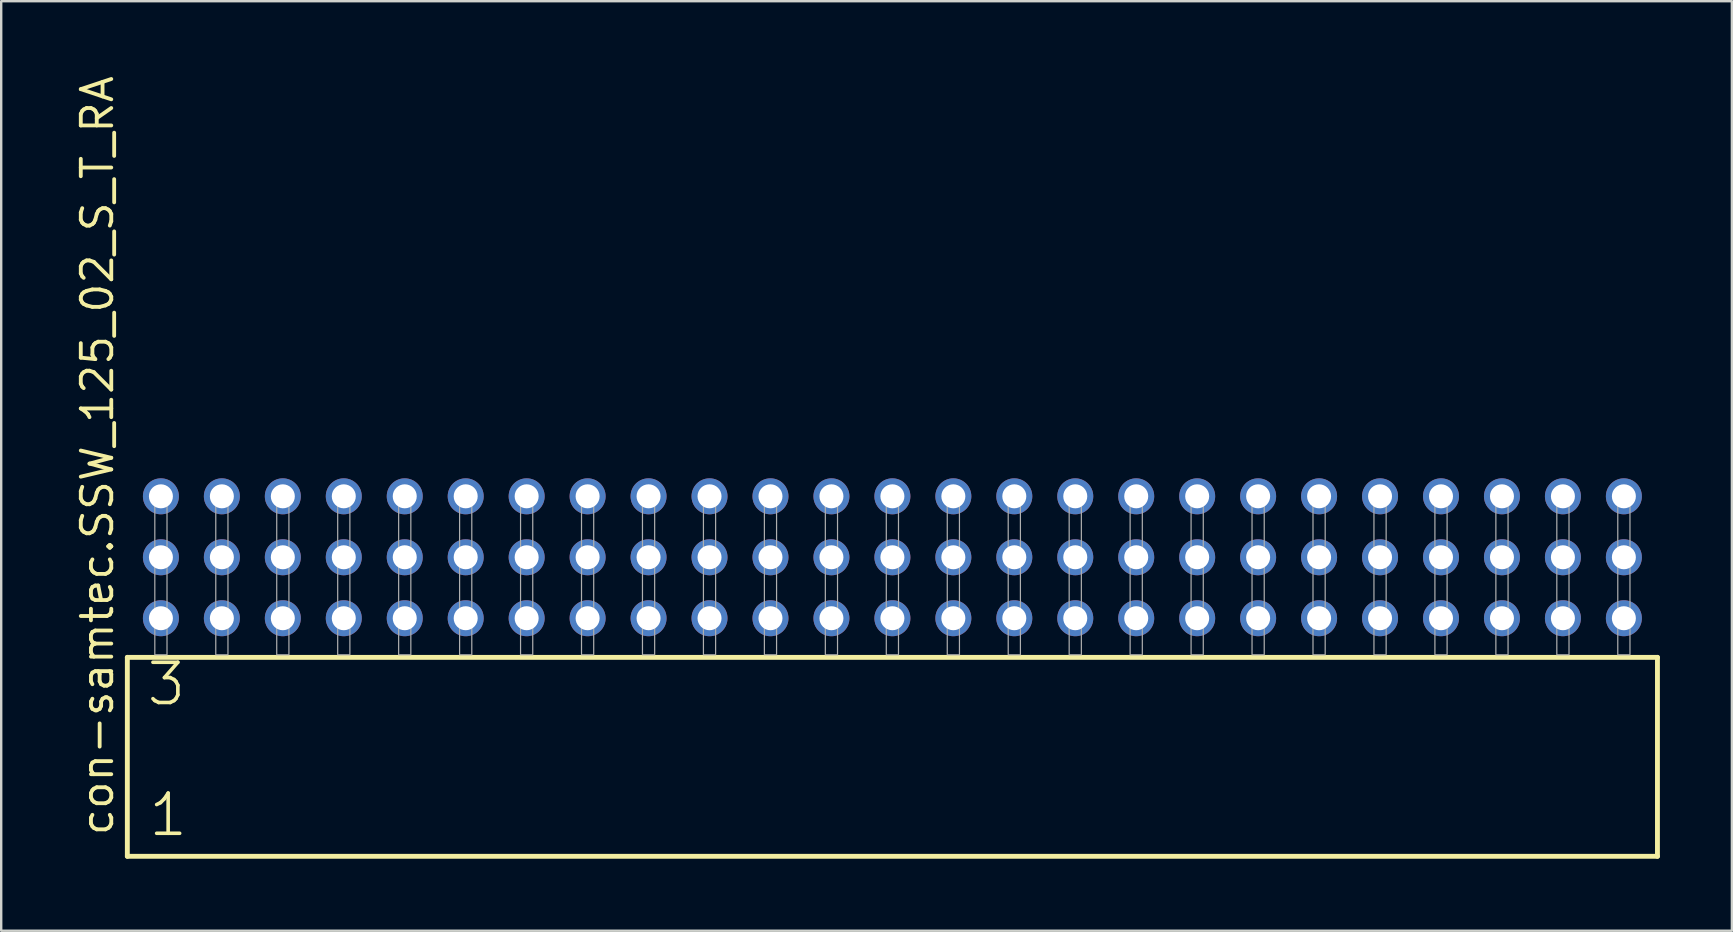
<source format=kicad_pcb>
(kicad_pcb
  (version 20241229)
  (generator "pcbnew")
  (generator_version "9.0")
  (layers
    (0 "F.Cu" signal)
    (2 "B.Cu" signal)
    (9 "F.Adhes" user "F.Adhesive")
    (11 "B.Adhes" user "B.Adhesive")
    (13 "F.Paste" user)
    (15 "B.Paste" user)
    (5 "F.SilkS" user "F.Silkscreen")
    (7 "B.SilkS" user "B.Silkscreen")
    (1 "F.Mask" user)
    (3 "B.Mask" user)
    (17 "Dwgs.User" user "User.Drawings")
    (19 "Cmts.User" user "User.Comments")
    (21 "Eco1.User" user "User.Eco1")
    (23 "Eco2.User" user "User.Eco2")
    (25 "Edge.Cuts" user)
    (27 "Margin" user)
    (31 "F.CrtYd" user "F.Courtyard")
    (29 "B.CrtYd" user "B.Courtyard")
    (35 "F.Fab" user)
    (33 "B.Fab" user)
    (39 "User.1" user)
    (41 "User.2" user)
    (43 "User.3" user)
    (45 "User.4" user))
  (footprint "con-samtec.SSW_125_02_S_T_RA"
    (layer "F.Cu")
    (at 34.135 24.235)
    (property "Reference" "con-samtec.SSW_125_02_S_T_RA" (at -32.385 7.62 90) (layer "F.SilkS") (effects (font (size 1.27 1.27) (thickness 0.16)) (justify left bottom)))
    (attr through_hole)
    (fp_line (start -31.879 0.106) (end -31.879 8.396) (stroke (width 0.203) (type default)) (layer "F.SilkS"))
    (fp_line (start -31.879 8.396) (end 31.879 8.396) (stroke (width 0.203) (type default)) (layer "F.SilkS"))
    (fp_line (start 31.879 0.106) (end -31.879 0.106) (stroke (width 0.203) (type default)) (layer "F.SilkS"))
    (fp_line (start 31.879 8.396) (end 31.879 0.106) (stroke (width 0.203) (type default)) (layer "F.SilkS"))
    (fp_rect (start -30.734 0) (end -30.226 -6.858) (stroke (width 0.05) (type default)) (fill no) (layer "F.Fab"))
    (fp_rect (start -28.194 0) (end -27.686 -6.858) (stroke (width 0.05) (type default)) (fill no) (layer "F.Fab"))
    (fp_rect (start -25.654 0) (end -25.146 -6.858) (stroke (width 0.05) (type default)) (fill no) (layer "F.Fab"))
    (fp_rect (start -23.114 0) (end -22.606 -6.858) (stroke (width 0.05) (type default)) (fill no) (layer "F.Fab"))
    (fp_rect (start -20.574 0) (end -20.066 -6.858) (stroke (width 0.05) (type default)) (fill no) (layer "F.Fab"))
    (fp_rect (start -18.034 0) (end -17.526 -6.858) (stroke (width 0.05) (type default)) (fill no) (layer "F.Fab"))
    (fp_rect (start -15.494 0) (end -14.986 -6.858) (stroke (width 0.05) (type default)) (fill no) (layer "F.Fab"))
    (fp_rect (start -12.954 0) (end -12.446 -6.858) (stroke (width 0.05) (type default)) (fill no) (layer "F.Fab"))
    (fp_rect (start -10.414 0) (end -9.906 -6.858) (stroke (width 0.05) (type default)) (fill no) (layer "F.Fab"))
    (fp_rect (start -7.874 0) (end -7.366 -6.858) (stroke (width 0.05) (type default)) (fill no) (layer "F.Fab"))
    (fp_rect (start -5.334 0) (end -4.826 -6.858) (stroke (width 0.05) (type default)) (fill no) (layer "F.Fab"))
    (fp_rect (start -2.794 0) (end -2.286 -6.858) (stroke (width 0.05) (type default)) (fill no) (layer "F.Fab"))
    (fp_rect (start -0.254 0) (end 0.254 -6.858) (stroke (width 0.05) (type default)) (fill no) (layer "F.Fab"))
    (fp_rect (start 2.286 0) (end 2.794 -6.858) (stroke (width 0.05) (type default)) (fill no) (layer "F.Fab"))
    (fp_rect (start 4.826 0) (end 5.334 -6.858) (stroke (width 0.05) (type default)) (fill no) (layer "F.Fab"))
    (fp_rect (start 7.366 0) (end 7.874 -6.858) (stroke (width 0.05) (type default)) (fill no) (layer "F.Fab"))
    (fp_rect (start 9.906 0) (end 10.414 -6.858) (stroke (width 0.05) (type default)) (fill no) (layer "F.Fab"))
    (fp_rect (start 12.446 0) (end 12.954 -6.858) (stroke (width 0.05) (type default)) (fill no) (layer "F.Fab"))
    (fp_rect (start 14.986 0) (end 15.494 -6.858) (stroke (width 0.05) (type default)) (fill no) (layer "F.Fab"))
    (fp_rect (start 17.526 0) (end 18.034 -6.858) (stroke (width 0.05) (type default)) (fill no) (layer "F.Fab"))
    (fp_rect (start 20.066 0) (end 20.574 -6.858) (stroke (width 0.05) (type default)) (fill no) (layer "F.Fab"))
    (fp_rect (start 22.606 0) (end 23.114 -6.858) (stroke (width 0.05) (type default)) (fill no) (layer "F.Fab"))
    (fp_rect (start 25.146 0) (end 25.654 -6.858) (stroke (width 0.05) (type default)) (fill no) (layer "F.Fab"))
    (fp_rect (start 27.686 0) (end 28.194 -6.858) (stroke (width 0.05) (type default)) (fill no) (layer "F.Fab"))
    (fp_rect (start 30.226 0) (end 30.734 -6.858) (stroke (width 0.05) (type default)) (fill no) (layer "F.Fab"))
    (fp_text user "1" (at -31.075 7.65 0) (layer "F.SilkS") (effects (font (size 1.676 1.676) (thickness 0.15)) (justify left bottom)))
    (fp_text user "3" (at -31.15 2.2 0) (layer "F.SilkS") (effects (font (size 1.676 1.676) (thickness 0.15)) (justify left bottom)))
    (pad "1" thru_hole circle (at -30.48 -1.524) (size 1.5 1.5) (drill 1) (layers "*.Cu" "*.Mask"))
    (pad "2" thru_hole circle (at -30.48 -4.064) (size 1.5 1.5) (drill 1) (layers "*.Cu" "*.Mask"))
    (pad "3" thru_hole circle (at -30.48 -6.604) (size 1.5 1.5) (drill 1) (layers "*.Cu" "*.Mask"))
    (pad "4" thru_hole circle (at -27.94 -1.524) (size 1.5 1.5) (drill 1) (layers "*.Cu" "*.Mask"))
    (pad "5" thru_hole circle (at -27.94 -4.064) (size 1.5 1.5) (drill 1) (layers "*.Cu" "*.Mask"))
    (pad "6" thru_hole circle (at -27.94 -6.604) (size 1.5 1.5) (drill 1) (layers "*.Cu" "*.Mask"))
    (pad "7" thru_hole circle (at -25.4 -1.524) (size 1.5 1.5) (drill 1) (layers "*.Cu" "*.Mask"))
    (pad "8" thru_hole circle (at -25.4 -4.064) (size 1.5 1.5) (drill 1) (layers "*.Cu" "*.Mask"))
    (pad "9" thru_hole circle (at -25.4 -6.604) (size 1.5 1.5) (drill 1) (layers "*.Cu" "*.Mask"))
    (pad "10" thru_hole circle (at -22.86 -1.524) (size 1.5 1.5) (drill 1) (layers "*.Cu" "*.Mask"))
    (pad "11" thru_hole circle (at -22.86 -4.064) (size 1.5 1.5) (drill 1) (layers "*.Cu" "*.Mask"))
    (pad "12" thru_hole circle (at -22.86 -6.604) (size 1.5 1.5) (drill 1) (layers "*.Cu" "*.Mask"))
    (pad "13" thru_hole circle (at -20.32 -1.524) (size 1.5 1.5) (drill 1) (layers "*.Cu" "*.Mask"))
    (pad "14" thru_hole circle (at -20.32 -4.064) (size 1.5 1.5) (drill 1) (layers "*.Cu" "*.Mask"))
    (pad "15" thru_hole circle (at -20.32 -6.604) (size 1.5 1.5) (drill 1) (layers "*.Cu" "*.Mask"))
    (pad "16" thru_hole circle (at -17.78 -1.524) (size 1.5 1.5) (drill 1) (layers "*.Cu" "*.Mask"))
    (pad "17" thru_hole circle (at -17.78 -4.064) (size 1.5 1.5) (drill 1) (layers "*.Cu" "*.Mask"))
    (pad "18" thru_hole circle (at -17.78 -6.604) (size 1.5 1.5) (drill 1) (layers "*.Cu" "*.Mask"))
    (pad "19" thru_hole circle (at -15.24 -1.524) (size 1.5 1.5) (drill 1) (layers "*.Cu" "*.Mask"))
    (pad "20" thru_hole circle (at -15.24 -4.064) (size 1.5 1.5) (drill 1) (layers "*.Cu" "*.Mask"))
    (pad "21" thru_hole circle (at -15.24 -6.604) (size 1.5 1.5) (drill 1) (layers "*.Cu" "*.Mask"))
    (pad "22" thru_hole circle (at -12.7 -1.524) (size 1.5 1.5) (drill 1) (layers "*.Cu" "*.Mask"))
    (pad "23" thru_hole circle (at -12.7 -4.064) (size 1.5 1.5) (drill 1) (layers "*.Cu" "*.Mask"))
    (pad "24" thru_hole circle (at -12.7 -6.604) (size 1.5 1.5) (drill 1) (layers "*.Cu" "*.Mask"))
    (pad "25" thru_hole circle (at -10.16 -1.524) (size 1.5 1.5) (drill 1) (layers "*.Cu" "*.Mask"))
    (pad "26" thru_hole circle (at -10.16 -4.064) (size 1.5 1.5) (drill 1) (layers "*.Cu" "*.Mask"))
    (pad "27" thru_hole circle (at -10.16 -6.604) (size 1.5 1.5) (drill 1) (layers "*.Cu" "*.Mask"))
    (pad "28" thru_hole circle (at -7.62 -1.524) (size 1.5 1.5) (drill 1) (layers "*.Cu" "*.Mask"))
    (pad "29" thru_hole circle (at -7.62 -4.064) (size 1.5 1.5) (drill 1) (layers "*.Cu" "*.Mask"))
    (pad "30" thru_hole circle (at -7.62 -6.604) (size 1.5 1.5) (drill 1) (layers "*.Cu" "*.Mask"))
    (pad "31" thru_hole circle (at -5.08 -1.524) (size 1.5 1.5) (drill 1) (layers "*.Cu" "*.Mask"))
    (pad "32" thru_hole circle (at -5.08 -4.064) (size 1.5 1.5) (drill 1) (layers "*.Cu" "*.Mask"))
    (pad "33" thru_hole circle (at -5.08 -6.604) (size 1.5 1.5) (drill 1) (layers "*.Cu" "*.Mask"))
    (pad "34" thru_hole circle (at -2.54 -1.524) (size 1.5 1.5) (drill 1) (layers "*.Cu" "*.Mask"))
    (pad "35" thru_hole circle (at -2.54 -4.064) (size 1.5 1.5) (drill 1) (layers "*.Cu" "*.Mask"))
    (pad "36" thru_hole circle (at -2.54 -6.604) (size 1.5 1.5) (drill 1) (layers "*.Cu" "*.Mask"))
    (pad "37" thru_hole circle (at 0 -1.524) (size 1.5 1.5) (drill 1) (layers "*.Cu" "*.Mask"))
    (pad "38" thru_hole circle (at 0 -4.064) (size 1.5 1.5) (drill 1) (layers "*.Cu" "*.Mask"))
    (pad "39" thru_hole circle (at 0 -6.604) (size 1.5 1.5) (drill 1) (layers "*.Cu" "*.Mask"))
    (pad "40" thru_hole circle (at 2.54 -1.524) (size 1.5 1.5) (drill 1) (layers "*.Cu" "*.Mask"))
    (pad "41" thru_hole circle (at 2.54 -4.064) (size 1.5 1.5) (drill 1) (layers "*.Cu" "*.Mask"))
    (pad "42" thru_hole circle (at 2.54 -6.604) (size 1.5 1.5) (drill 1) (layers "*.Cu" "*.Mask"))
    (pad "43" thru_hole circle (at 5.08 -1.524) (size 1.5 1.5) (drill 1) (layers "*.Cu" "*.Mask"))
    (pad "44" thru_hole circle (at 5.08 -4.064) (size 1.5 1.5) (drill 1) (layers "*.Cu" "*.Mask"))
    (pad "45" thru_hole circle (at 5.08 -6.604) (size 1.5 1.5) (drill 1) (layers "*.Cu" "*.Mask"))
    (pad "46" thru_hole circle (at 7.62 -1.524) (size 1.5 1.5) (drill 1) (layers "*.Cu" "*.Mask"))
    (pad "47" thru_hole circle (at 7.62 -4.064) (size 1.5 1.5) (drill 1) (layers "*.Cu" "*.Mask"))
    (pad "48" thru_hole circle (at 7.62 -6.604) (size 1.5 1.5) (drill 1) (layers "*.Cu" "*.Mask"))
    (pad "49" thru_hole circle (at 10.16 -1.524) (size 1.5 1.5) (drill 1) (layers "*.Cu" "*.Mask"))
    (pad "50" thru_hole circle (at 10.16 -4.064) (size 1.5 1.5) (drill 1) (layers "*.Cu" "*.Mask"))
    (pad "51" thru_hole circle (at 10.16 -6.604) (size 1.5 1.5) (drill 1) (layers "*.Cu" "*.Mask"))
    (pad "52" thru_hole circle (at 12.7 -1.524) (size 1.5 1.5) (drill 1) (layers "*.Cu" "*.Mask"))
    (pad "53" thru_hole circle (at 12.7 -4.064) (size 1.5 1.5) (drill 1) (layers "*.Cu" "*.Mask"))
    (pad "54" thru_hole circle (at 12.7 -6.604) (size 1.5 1.5) (drill 1) (layers "*.Cu" "*.Mask"))
    (pad "55" thru_hole circle (at 15.24 -1.524) (size 1.5 1.5) (drill 1) (layers "*.Cu" "*.Mask"))
    (pad "56" thru_hole circle (at 15.24 -4.064) (size 1.5 1.5) (drill 1) (layers "*.Cu" "*.Mask"))
    (pad "57" thru_hole circle (at 15.24 -6.604) (size 1.5 1.5) (drill 1) (layers "*.Cu" "*.Mask"))
    (pad "58" thru_hole circle (at 17.78 -1.524) (size 1.5 1.5) (drill 1) (layers "*.Cu" "*.Mask"))
    (pad "59" thru_hole circle (at 17.78 -4.064) (size 1.5 1.5) (drill 1) (layers "*.Cu" "*.Mask"))
    (pad "60" thru_hole circle (at 17.78 -6.604) (size 1.5 1.5) (drill 1) (layers "*.Cu" "*.Mask"))
    (pad "61" thru_hole circle (at 20.32 -1.524) (size 1.5 1.5) (drill 1) (layers "*.Cu" "*.Mask"))
    (pad "62" thru_hole circle (at 20.32 -4.064) (size 1.5 1.5) (drill 1) (layers "*.Cu" "*.Mask"))
    (pad "63" thru_hole circle (at 20.32 -6.604) (size 1.5 1.5) (drill 1) (layers "*.Cu" "*.Mask"))
    (pad "64" thru_hole circle (at 22.86 -1.524) (size 1.5 1.5) (drill 1) (layers "*.Cu" "*.Mask"))
    (pad "65" thru_hole circle (at 22.86 -4.064) (size 1.5 1.5) (drill 1) (layers "*.Cu" "*.Mask"))
    (pad "66" thru_hole circle (at 22.86 -6.604) (size 1.5 1.5) (drill 1) (layers "*.Cu" "*.Mask"))
    (pad "67" thru_hole circle (at 25.4 -1.524) (size 1.5 1.5) (drill 1) (layers "*.Cu" "*.Mask"))
    (pad "68" thru_hole circle (at 25.4 -4.064) (size 1.5 1.5) (drill 1) (layers "*.Cu" "*.Mask"))
    (pad "69" thru_hole circle (at 25.4 -6.604) (size 1.5 1.5) (drill 1) (layers "*.Cu" "*.Mask"))
    (pad "70" thru_hole circle (at 27.94 -1.524) (size 1.5 1.5) (drill 1) (layers "*.Cu" "*.Mask"))
    (pad "71" thru_hole circle (at 27.94 -4.064) (size 1.5 1.5) (drill 1) (layers "*.Cu" "*.Mask"))
    (pad "72" thru_hole circle (at 27.94 -6.604) (size 1.5 1.5) (drill 1) (layers "*.Cu" "*.Mask"))
    (pad "73" thru_hole circle (at 30.48 -1.524) (size 1.5 1.5) (drill 1) (layers "*.Cu" "*.Mask"))
    (pad "74" thru_hole circle (at 30.48 -4.064) (size 1.5 1.5) (drill 1) (layers "*.Cu" "*.Mask"))
    (pad "75" thru_hole circle (at 30.48 -6.604) (size 1.5 1.5) (drill 1) (layers "*.Cu" "*.Mask")))
  (gr_rect
    (start -3 -3)
    (end 69.116 35.733)
    (stroke (width 0.1) (type default))
    (fill no)
    (layer "Edge.Cuts")))
</source>
